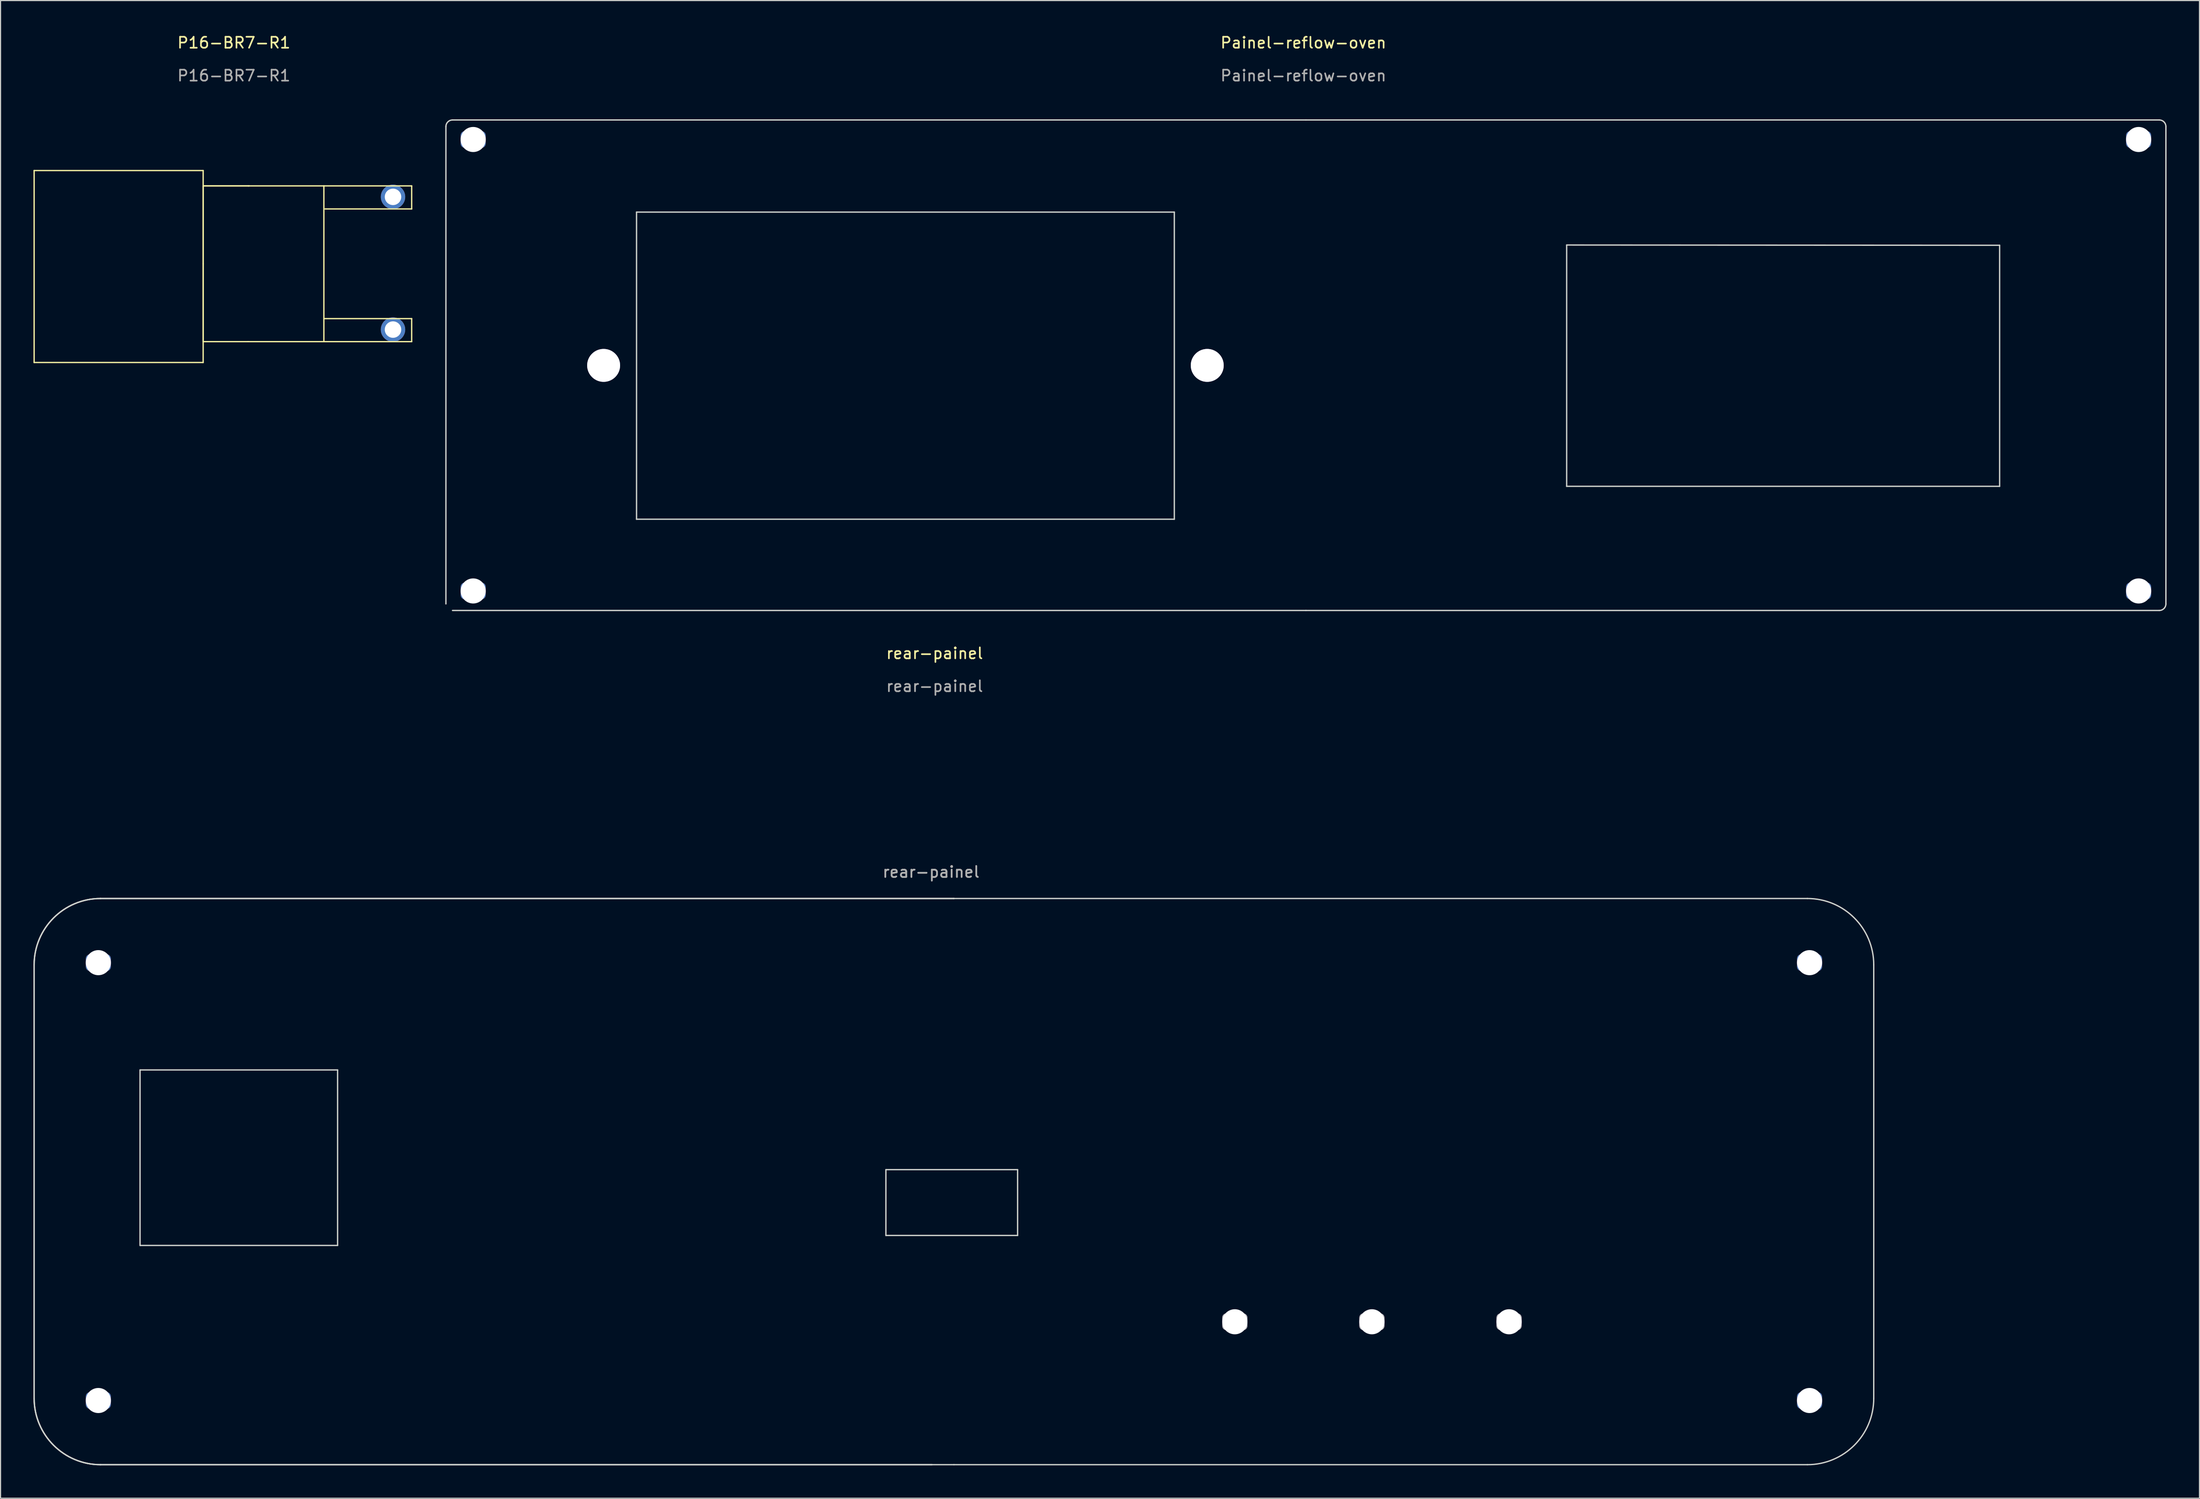
<source format=kicad_pcb>
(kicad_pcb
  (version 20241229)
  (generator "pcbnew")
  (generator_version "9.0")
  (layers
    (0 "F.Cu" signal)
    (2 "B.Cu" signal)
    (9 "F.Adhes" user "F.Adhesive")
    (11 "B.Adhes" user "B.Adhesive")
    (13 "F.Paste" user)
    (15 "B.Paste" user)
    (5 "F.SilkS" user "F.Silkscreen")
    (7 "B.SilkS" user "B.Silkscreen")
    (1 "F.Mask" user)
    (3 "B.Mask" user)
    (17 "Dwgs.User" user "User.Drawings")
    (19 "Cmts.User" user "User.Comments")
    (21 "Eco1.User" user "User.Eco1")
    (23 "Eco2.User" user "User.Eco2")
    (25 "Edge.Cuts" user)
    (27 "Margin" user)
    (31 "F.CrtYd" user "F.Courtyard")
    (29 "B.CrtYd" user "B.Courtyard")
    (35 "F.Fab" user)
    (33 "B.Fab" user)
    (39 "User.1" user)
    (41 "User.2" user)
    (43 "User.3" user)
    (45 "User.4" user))
  (footprint "P16-BR7-R1"
    (layer "F.Cu")
    (at 18.06 20.998)
    (property "Reference" "P16-BR7-R1" (at 0.2 -20.15 0) (unlocked yes) (layer "F.SilkS") (effects (font (size 1 1) (thickness 0.15))))
    (attr smd)
    (fp_line (start -18 -8.5) (end -2.6 -8.5) (stroke (width 0.12) (type solid)) (layer "F.SilkS"))
    (fp_line (start -18 9) (end -18 -8.5) (stroke (width 0.12) (type solid)) (layer "F.SilkS"))
    (fp_line (start -2.6 -7.1) (end 1.6 -7.1) (stroke (width 0.12) (type solid)) (layer "F.SilkS"))
    (fp_line (start -2.6 -7.1) (end 8.4 -7.1) (stroke (width 0.12) (type solid)) (layer "F.SilkS"))
    (fp_line (start -2.6 0) (end -2.6 -8.5) (stroke (width 0.12) (type solid)) (layer "F.SilkS"))
    (fp_line (start -2.6 0) (end -2.6 9) (stroke (width 0.12) (type solid)) (layer "F.SilkS"))
    (fp_line (start -2.6 7.1) (end -2.6 -7.1) (stroke (width 0.12) (type solid)) (layer "F.SilkS"))
    (fp_line (start -2.6 9) (end -18 9) (stroke (width 0.12) (type solid)) (layer "F.SilkS"))
    (fp_line (start 1.5 7.1) (end -2.6 7.1) (stroke (width 0.12) (type solid)) (layer "F.SilkS"))
    (fp_line (start 1.6 -7.1) (end 1.5 -7.1) (stroke (width 0.12) (type solid)) (layer "F.SilkS"))
    (fp_line (start 8.4 -7.1) (end 8.4 7.1) (stroke (width 0.12) (type solid)) (layer "F.SilkS"))
    (fp_line (start 8.4 -7.1) (end 16.4 -7.1) (stroke (width 0.12) (type solid)) (layer "F.SilkS"))
    (fp_line (start 8.4 7.1) (end 1.5 7.1) (stroke (width 0.12) (type solid)) (layer "F.SilkS"))
    (fp_line (start 8.4 7.1) (end 16.4 7.1) (stroke (width 0.12) (type solid)) (layer "F.SilkS"))
    (fp_line (start 16.4 -7.1) (end 16.4 -5) (stroke (width 0.12) (type solid)) (layer "F.SilkS"))
    (fp_line (start 16.4 -5) (end 8.5 -5) (stroke (width 0.12) (type solid)) (layer "F.SilkS"))
    (fp_line (start 16.4 5) (end 8.4 5) (stroke (width 0.12) (type solid)) (layer "F.SilkS"))
    (fp_line (start 16.4 7.1) (end 16.4 5) (stroke (width 0.12) (type solid)) (layer "F.SilkS"))
    (fp_text user "${REFERENCE}" (at 0.2 -17.15 0) (unlocked yes) (layer "F.Fab") (effects (font (size 1 1) (thickness 0.15))))
    (pad "1" thru_hole circle (at 14.7 -6.1) (size 2.225 2.225) (drill 1.5) (layers "*.Cu" "*.Mask"))
    (pad "4" thru_hole circle (at 14.7 6) (size 2.225 2.225) (drill 1.5) (layers "*.Cu" "*.Mask")))
  (footprint "rear-painel"
    (layer "F.Cu")
    (at 81.02 104.677)
    (property "Reference" "rear-painel" (at 1.09 -48.16 0) (unlocked yes) (layer "F.SilkS") (effects (font (size 1 1) (thickness 0.15))))
    (attr smd)
    (fp_line (start -80.96 19.76) (end -80.96 -19.76) (stroke (width 0.12) (type solid)) (layer "Edge.Cuts"))
    (fp_line (start -80.96 19.76) (end -80.96 -19.76) (stroke (width 0.12) (type solid)) (layer "Edge.Cuts"))
    (fp_line (start -71.31 -10.18) (end -53.31 -10.18) (stroke (width 0.12) (type solid)) (layer "Edge.Cuts"))
    (fp_line (start -71.31 5.82) (end -71.31 -10.18) (stroke (width 0.12) (type solid)) (layer "Edge.Cuts"))
    (fp_line (start -53.31 -10.18) (end -53.31 5.82) (stroke (width 0.12) (type solid)) (layer "Edge.Cuts"))
    (fp_line (start -53.31 5.82) (end -71.31 5.82) (stroke (width 0.12) (type solid)) (layer "Edge.Cuts"))
    (fp_line (start -3.35 4.91) (end -3.35 -1.09) (stroke (width 0.12) (type solid)) (layer "Edge.Cuts"))
    (fp_line (start 0.85 25.81) (end -74.91 25.81) (stroke (width 0.12) (type solid)) (layer "Edge.Cuts"))
    (fp_line (start 2.85 -25.81) (end -74.91 -25.81) (stroke (width 0.12) (type solid)) (layer "Edge.Cuts"))
    (fp_line (start 2.85 -25.81) (end -74.91 -25.81) (stroke (width 0.12) (type solid)) (layer "Edge.Cuts"))
    (fp_line (start 2.85 -25.81) (end 80.61 -25.81) (stroke (width 0.12) (type solid)) (layer "Edge.Cuts"))
    (fp_line (start 2.85 25.81) (end -74.91 25.81) (stroke (width 0.12) (type solid)) (layer "Edge.Cuts"))
    (fp_line (start 2.85 25.81) (end 80.61 25.81) (stroke (width 0.12) (type solid)) (layer "Edge.Cuts"))
    (fp_line (start 8.65 -1.09) (end -3.35 -1.09) (stroke (width 0.12) (type solid)) (layer "Edge.Cuts"))
    (fp_line (start 8.65 -1.09) (end 8.65 4.91) (stroke (width 0.12) (type solid)) (layer "Edge.Cuts"))
    (fp_line (start 8.65 4.91) (end -3.35 4.91) (stroke (width 0.12) (type solid)) (layer "Edge.Cuts"))
    (fp_line (start 86.66 -19.76) (end 86.66 19.76) (stroke (width 0.12) (type solid)) (layer "Edge.Cuts"))
    (fp_arc (start -80.96 -19.76) (mid -79.187988 -24.037988) (end -74.91 -25.81) (stroke (width 0.12) (type solid)) (layer "Edge.Cuts"))
    (fp_arc (start -80.96 -19.76) (mid -79.187988 -24.037988) (end -74.91 -25.81) (stroke (width 0.12) (type solid)) (layer "Edge.Cuts"))
    (fp_arc (start -74.91 25.81) (mid -79.187996 24.037996) (end -80.96 19.76) (stroke (width 0.12) (type solid)) (layer "Edge.Cuts"))
    (fp_arc (start -74.91 25.81) (mid -79.187988 24.037988) (end -80.96 19.76) (stroke (width 0.12) (type solid)) (layer "Edge.Cuts"))
    (fp_arc (start 80.61 -25.81) (mid 84.887988 -24.037988) (end 86.66 -19.76) (stroke (width 0.12) (type solid)) (layer "Edge.Cuts"))
    (fp_arc (start 86.66 19.76) (mid 84.887988 24.037988) (end 80.61 25.81) (stroke (width 0.12) (type solid)) (layer "Edge.Cuts"))
    (fp_text user "${REFERENCE}" (at 0.762 -28.23 0) (unlocked yes) (layer "F.Fab") (effects (font (size 1 1) (thickness 0.15))))
    (fp_text user "${REFERENCE}" (at 0.762 -28.23 0) (unlocked yes) (layer "F.Fab") (effects (font (size 1 1) (thickness 0.15))))
    (fp_text user "${REFERENCE}" (at 1.09 -45.16 0) (unlocked yes) (layer "F.Fab") (effects (font (size 1 1) (thickness 0.15))))
    (pad "1" thru_hole roundrect (at -75.11 -19.96) (size 2.286 1.524) (drill 3) (layers "*.Cu" "*.Mask") (roundrect_rratio 0.25))
    (pad "1" thru_hole roundrect (at -75.11 19.96 180) (size 2.286 1.524) (drill 3) (layers "*.Cu" "*.Mask") (roundrect_rratio 0.25))
    (pad "1" thru_hole roundrect (at 28.442 12.78 180) (size 2.286 1.524) (drill 3.5) (layers "*.Cu" "*.Mask" "Dwgs.User") (roundrect_rratio 0.25))
    (pad "1" thru_hole roundrect (at 53.43 12.78 180) (size 2.286 1.524) (drill 3.5) (layers "*.Cu" "*.Mask" "Dwgs.User") (roundrect_rratio 0.25))
    (pad "1" thru_hole roundrect (at 80.81 -19.96) (size 2.286 1.524) (drill 3) (layers "*.Cu" "*.Mask") (roundrect_rratio 0.25))
    (pad "1" thru_hole roundrect (at 80.81 19.96 180) (size 2.286 1.524) (drill 3) (layers "*.Cu" "*.Mask") (roundrect_rratio 0.25))
    (pad "3" thru_hole roundrect (at 40.932 12.78 180) (size 2.286 1.524) (drill 3.5) (layers "*.Cu" "*.Mask" "Dwgs.User") (roundrect_rratio 0.25)))
  (footprint "Painel-reflow-oven"
    (layer "F.Cu")
    (at 115.7 30.288)
    (property "Reference" "Painel-reflow-oven" (at 0.01 -29.44 0) (unlocked yes) (layer "F.SilkS") (effects (font (size 1 1) (thickness 0.15))))
    (attr smd)
    (fp_line (start -78.12 -21.8) (end -78.12 21.72) (stroke (width 0.12) (type solid)) (layer "Edge.Cuts"))
    (fp_line (start -60.75 -14) (end -11.75 -14) (stroke (width 0.12) (type solid)) (layer "Edge.Cuts"))
    (fp_line (start -60.75 14) (end -60.75 -14) (stroke (width 0.12) (type solid)) (layer "Edge.Cuts"))
    (fp_line (start -11.75 -14) (end -11.75 14) (stroke (width 0.12) (type solid)) (layer "Edge.Cuts"))
    (fp_line (start -11.75 14) (end -60.75 14) (stroke (width 0.12) (type solid)) (layer "Edge.Cuts"))
    (fp_line (start 0.24 -22.4) (end -77.52 -22.4) (stroke (width 0.12) (type solid)) (layer "Edge.Cuts"))
    (fp_line (start 0.24 -22.4) (end 78 -22.4) (stroke (width 0.12) (type solid)) (layer "Edge.Cuts"))
    (fp_line (start 0.24 22.32) (end -77.52 22.32) (stroke (width 0.12) (type solid)) (layer "Edge.Cuts"))
    (fp_line (start 0.24 22.32) (end 78 22.32) (stroke (width 0.12) (type solid)) (layer "Edge.Cuts"))
    (fp_line (start 24 -11) (end 63.45 -10.975) (stroke (width 0.12) (type solid)) (layer "Edge.Cuts"))
    (fp_line (start 24 11) (end 24 -11) (stroke (width 0.12) (type solid)) (layer "Edge.Cuts"))
    (fp_line (start 24 11) (end 63.45 11) (stroke (width 0.12) (type solid)) (layer "Edge.Cuts"))
    (fp_line (start 63.45 11) (end 63.45 -10.975) (stroke (width 0.12) (type solid)) (layer "Edge.Cuts"))
    (fp_line (start 78.6 -21.8) (end 78.6 21.72) (stroke (width 0.12) (type solid)) (layer "Edge.Cuts"))
    (fp_arc (start -78.120166 -21.799958) (mid -77.944398 -22.224273) (end -77.520083 -22.400041) (stroke (width 0.12) (type solid)) (layer "Edge.Cuts"))
    (fp_arc (start 77.999917 -22.400041) (mid 78.424246 -22.224282) (end 78.6 -21.799958) (stroke (width 0.12) (type solid)) (layer "Edge.Cuts"))
    (fp_arc (start 78.6 21.719959) (mid 78.42424 22.144282) (end 77.999917 22.320042) (stroke (width 0.12) (type solid)) (layer "Edge.Cuts"))
    (fp_text user "${REFERENCE}" (at 0.01 -26.44 0) (unlocked yes) (layer "F.Fab") (effects (font (size 1 1) (thickness 0.15))))
    (pad "1" thru_hole roundrect (at -75.635 -20.62) (size 2.286 1.524) (drill 3) (layers "*.Cu" "*.Mask") (roundrect_rratio 0.25))
    (pad "1" thru_hole roundrect (at -75.635 20.54) (size 2.286 1.524) (drill 3) (layers "*.Cu" "*.Mask") (roundrect_rratio 0.25))
    (pad "1" thru_hole roundrect (at 76.115 -20.62) (size 2.286 1.524) (drill 3) (layers "*.Cu" "*.Mask") (roundrect_rratio 0.25))
    (pad "1" thru_hole roundrect (at 76.115 20.54) (size 2.286 1.524) (drill 3) (layers "*.Cu" "*.Mask") (roundrect_rratio 0.25))
    (pad "2" thru_hole circle (at -63.75 -0.025) (size 3 3) (drill 3) (layers "*.Cu" "*.Mask"))
    (pad "2" thru_hole circle (at -8.75 -0.025) (size 3 3) (drill 3) (layers "*.Cu" "*.Mask")))
  (gr_rect
    (start -3 -3)
    (end 197.36 133.547)
    (stroke (width 0.1) (type default))
    (fill no)
    (layer "Edge.Cuts")))
</source>
